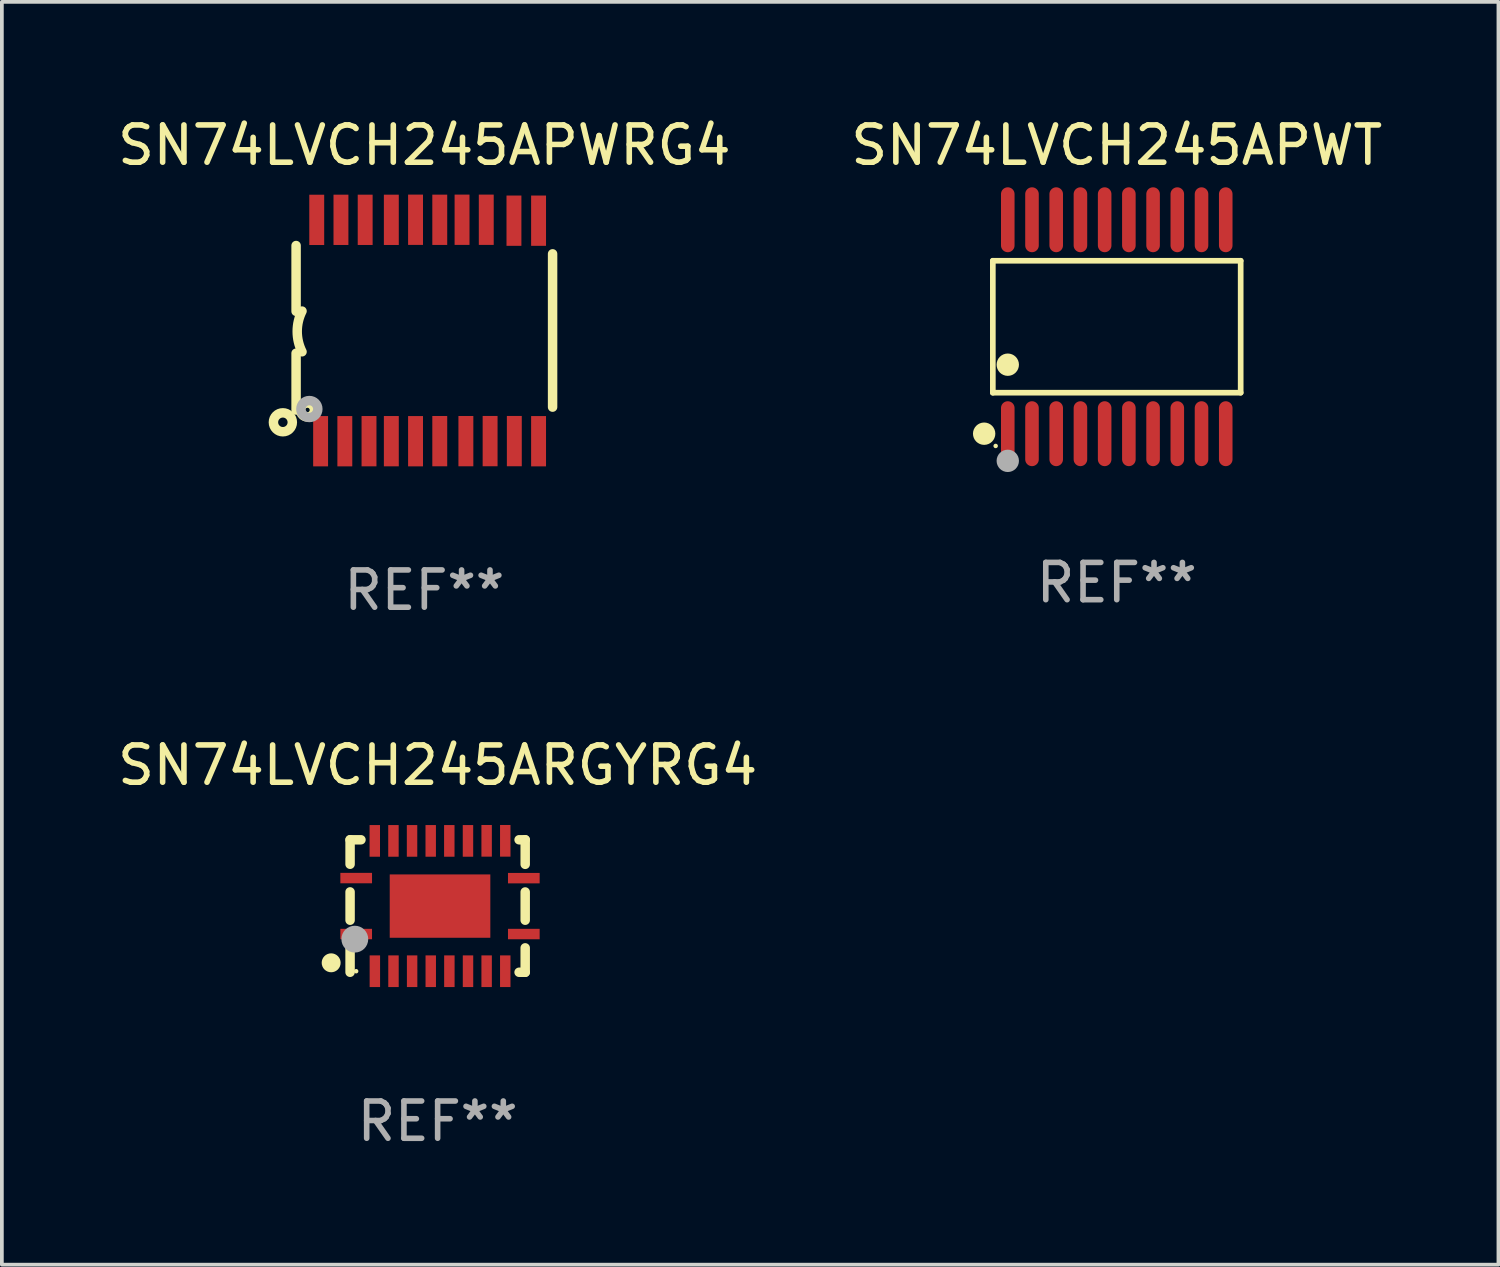
<source format=kicad_pcb>
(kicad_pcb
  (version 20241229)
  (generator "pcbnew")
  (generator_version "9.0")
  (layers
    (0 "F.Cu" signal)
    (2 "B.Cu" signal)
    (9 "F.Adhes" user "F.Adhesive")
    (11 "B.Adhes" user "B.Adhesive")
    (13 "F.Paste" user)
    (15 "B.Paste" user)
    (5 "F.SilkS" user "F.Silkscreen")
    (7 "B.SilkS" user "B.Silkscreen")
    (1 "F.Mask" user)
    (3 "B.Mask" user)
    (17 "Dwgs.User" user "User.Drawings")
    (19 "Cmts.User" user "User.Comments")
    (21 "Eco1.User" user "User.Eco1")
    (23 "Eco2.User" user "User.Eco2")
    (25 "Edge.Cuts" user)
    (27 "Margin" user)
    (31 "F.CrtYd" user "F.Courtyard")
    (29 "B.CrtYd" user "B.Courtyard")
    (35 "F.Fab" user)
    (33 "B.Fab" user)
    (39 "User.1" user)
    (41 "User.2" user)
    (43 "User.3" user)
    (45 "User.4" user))
  (footprint "SN74LVCH245APWT"
    (layer "F.Cu")
    (at 26.923 5.719)
    (property "Reference" "SN74LVCH245APWT" (at 0 -4.871 0) (layer "F.SilkS") (effects (font (size 1 1) (thickness 0.15))))
    (attr through_hole)
    (fp_line (start -3.326 -1.771) (end 3.326 -1.771) (stroke (width 0.152) (type solid)) (layer "F.SilkS"))
    (fp_line (start -3.326 1.771) (end -3.326 -1.771) (stroke (width 0.152) (type solid)) (layer "F.SilkS"))
    (fp_line (start 3.326 -1.771) (end 3.326 1.771) (stroke (width 0.152) (type solid)) (layer "F.SilkS"))
    (fp_line (start 3.326 1.771) (end -3.326 1.771) (stroke (width 0.152) (type solid)) (layer "F.SilkS"))
    (fp_circle (center -3.559 2.871) (end -3.409 2.871) (stroke (width 0.3) (type solid)) (fill no) (layer "F.SilkS"))
    (fp_circle (center -3.25 3.2) (end -3.22 3.2) (stroke (width 0.06) (type solid)) (fill no) (layer "F.SilkS"))
    (fp_circle (center -2.925 1.019) (end -2.775 1.019) (stroke (width 0.3) (type solid)) (fill no) (layer "F.SilkS"))
    (fp_circle (center -2.925 3.6) (end -2.775 3.6) (stroke (width 0.3) (type solid)) (fill no) (layer "F.Fab"))
    (fp_text user "REF**" (at 0 6.871 0) (layer "F.Fab") (effects (font (size 1 1) (thickness 0.15))))
    (pad "1" smd oval (at -2.925 2.871) (size 0.364 1.742) (layers "F.Cu" "F.Mask" "F.Paste"))
    (pad "2" smd oval (at -2.275 2.871) (size 0.364 1.742) (layers "F.Cu" "F.Mask" "F.Paste"))
    (pad "3" smd oval (at -1.625 2.871) (size 0.364 1.742) (layers "F.Cu" "F.Mask" "F.Paste"))
    (pad "4" smd oval (at -0.975 2.871) (size 0.364 1.742) (layers "F.Cu" "F.Mask" "F.Paste"))
    (pad "5" smd oval (at -0.325 2.871) (size 0.364 1.742) (layers "F.Cu" "F.Mask" "F.Paste"))
    (pad "6" smd oval (at 0.325 2.871) (size 0.364 1.742) (layers "F.Cu" "F.Mask" "F.Paste"))
    (pad "7" smd oval (at 0.975 2.871) (size 0.364 1.742) (layers "F.Cu" "F.Mask" "F.Paste"))
    (pad "8" smd oval (at 1.625 2.871) (size 0.364 1.742) (layers "F.Cu" "F.Mask" "F.Paste"))
    (pad "9" smd oval (at 2.275 2.871) (size 0.364 1.742) (layers "F.Cu" "F.Mask" "F.Paste"))
    (pad "10" smd oval (at 2.925 2.871) (size 0.364 1.742) (layers "F.Cu" "F.Mask" "F.Paste"))
    (pad "11" smd oval (at 2.925 -2.871) (size 0.364 1.742) (layers "F.Cu" "F.Mask" "F.Paste"))
    (pad "12" smd oval (at 2.275 -2.871) (size 0.364 1.742) (layers "F.Cu" "F.Mask" "F.Paste"))
    (pad "13" smd oval (at 1.625 -2.871) (size 0.364 1.742) (layers "F.Cu" "F.Mask" "F.Paste"))
    (pad "14" smd oval (at 0.975 -2.871) (size 0.364 1.742) (layers "F.Cu" "F.Mask" "F.Paste"))
    (pad "15" smd oval (at 0.325 -2.871) (size 0.364 1.742) (layers "F.Cu" "F.Mask" "F.Paste"))
    (pad "16" smd oval (at -0.325 -2.871) (size 0.364 1.742) (layers "F.Cu" "F.Mask" "F.Paste"))
    (pad "17" smd oval (at -0.975 -2.871) (size 0.364 1.742) (layers "F.Cu" "F.Mask" "F.Paste"))
    (pad "18" smd oval (at -1.625 -2.871) (size 0.364 1.742) (layers "F.Cu" "F.Mask" "F.Paste"))
    (pad "19" smd oval (at -2.275 -2.871) (size 0.364 1.742) (layers "F.Cu" "F.Mask" "F.Paste"))
    (pad "20" smd oval (at -2.925 -2.871) (size 0.364 1.742) (layers "F.Cu" "F.Mask" "F.Paste")))
  (footprint "SN74LVCH245ARGYRG4"
    (layer "F.Cu")
    (at 8.696 21.267)
    (property "Reference" "SN74LVCH245ARGYRG4" (at 0 -3.778 0) (layer "F.SilkS") (effects (font (size 1 1) (thickness 0.15))))
    (attr through_hole)
    (fp_line (start -2.35 -1.778) (end -2.35 -1.121) (stroke (width 0.254) (type solid)) (layer "F.SilkS"))
    (fp_line (start -2.35 -1.778) (end -2.058 -1.778) (stroke (width 0.254) (type solid)) (layer "F.SilkS"))
    (fp_line (start -2.35 -0.379) (end -2.35 0.381) (stroke (width 0.254) (type solid)) (layer "F.SilkS"))
    (fp_line (start -2.35 1.123) (end -2.35 1.778) (stroke (width 0.254) (type solid)) (layer "F.SilkS"))
    (fp_line (start 2.186 -1.778) (end 2.35 -1.778) (stroke (width 0.254) (type solid)) (layer "F.SilkS"))
    (fp_line (start 2.35 -1.778) (end 2.35 -1.119) (stroke (width 0.254) (type solid)) (layer "F.SilkS"))
    (fp_line (start 2.35 -0.377) (end 2.35 0.381) (stroke (width 0.254) (type solid)) (layer "F.SilkS"))
    (fp_line (start 2.35 1.123) (end 2.35 1.778) (stroke (width 0.254) (type solid)) (layer "F.SilkS"))
    (fp_line (start 2.35 1.778) (end 2.186 1.778) (stroke (width 0.254) (type solid)) (layer "F.SilkS"))
    (fp_circle (center -2.858 1.524) (end -2.731 1.524) (stroke (width 0.254) (type solid)) (fill no) (layer "F.SilkS"))
    (fp_circle (center -2.187 1.75) (end -2.157 1.75) (stroke (width 0.06) (type solid)) (fill no) (layer "F.SilkS"))
    (fp_circle (center -2.223 0.889) (end -2.043 0.889) (stroke (width 0.36) (type solid)) (fill no) (layer "F.Fab"))
    (fp_text user "REF**" (at 0 5.778 0) (layer "F.Fab") (effects (font (size 1 1) (thickness 0.15))))
    (pad "1" smd rect (at -2.186 0.752) (size 0.85 0.28) (layers "F.Cu" "F.Mask" "F.Paste"))
    (pad "2" smd rect (at -1.685 1.75) (size 0.28 0.85) (layers "F.Cu" "F.Mask" "F.Paste"))
    (pad "3" smd rect (at -1.185 1.75) (size 0.28 0.85) (layers "F.Cu" "F.Mask" "F.Paste"))
    (pad "4" smd rect (at -0.685 1.75) (size 0.28 0.85) (layers "F.Cu" "F.Mask" "F.Paste"))
    (pad "5" smd rect (at -0.185 1.75) (size 0.28 0.85) (layers "F.Cu" "F.Mask" "F.Paste"))
    (pad "6" smd rect (at 0.315 1.75) (size 0.28 0.85) (layers "F.Cu" "F.Mask" "F.Paste"))
    (pad "7" smd rect (at 0.815 1.75) (size 0.28 0.85) (layers "F.Cu" "F.Mask" "F.Paste"))
    (pad "8" smd rect (at 1.315 1.75) (size 0.28 0.85) (layers "F.Cu" "F.Mask" "F.Paste"))
    (pad "9" smd rect (at 1.815 1.75) (size 0.28 0.85) (layers "F.Cu" "F.Mask" "F.Paste"))
    (pad "10" smd rect (at 2.313 0.752) (size 0.85 0.28) (layers "F.Cu" "F.Mask" "F.Paste"))
    (pad "11" smd rect (at 2.313 -0.748) (size 0.85 0.28) (layers "F.Cu" "F.Mask" "F.Paste"))
    (pad "12" smd rect (at 1.815 -1.75) (size 0.28 0.85) (layers "F.Cu" "F.Mask" "F.Paste"))
    (pad "13" smd rect (at 1.315 -1.75) (size 0.28 0.85) (layers "F.Cu" "F.Mask" "F.Paste"))
    (pad "14" smd rect (at 0.814 -1.748) (size 0.28 0.85) (layers "F.Cu" "F.Mask" "F.Paste"))
    (pad "15" smd rect (at 0.313 -1.748) (size 0.28 0.85) (layers "F.Cu" "F.Mask" "F.Paste"))
    (pad "16" smd rect (at -0.186 -1.748) (size 0.28 0.85) (layers "F.Cu" "F.Mask" "F.Paste"))
    (pad "17" smd rect (at -0.687 -1.748) (size 0.28 0.85) (layers "F.Cu" "F.Mask" "F.Paste"))
    (pad "18" smd rect (at -1.186 -1.748) (size 0.28 0.85) (layers "F.Cu" "F.Mask" "F.Paste"))
    (pad "19" smd rect (at -1.687 -1.748) (size 0.28 0.85) (layers "F.Cu" "F.Mask" "F.Paste"))
    (pad "20" smd rect (at -2.186 -0.75) (size 0.85 0.28) (layers "F.Cu" "F.Mask" "F.Paste"))
    (pad "21" smd rect (at 0.064 0.002 90) (size 1.7 2.7) (layers "F.Cu" "F.Mask" "F.Paste")))
  (footprint "SN74LVCH245APWRG4"
    (layer "F.Cu")
    (at 8.339 5.82)
    (property "Reference" "SN74LVCH245APWRG4" (at 0 -4.972 0) (layer "F.SilkS") (effects (font (size 1 1) (thickness 0.15))))
    (attr through_hole)
    (fp_line (start -3.442 -0.514) (end -3.442 -2.28) (stroke (width 0.254) (type solid)) (layer "F.SilkS"))
    (fp_line (start -3.442 0.61) (end -3.442 2.134) (stroke (width 0.254) (type solid)) (layer "F.SilkS"))
    (fp_line (start 3.442 -2.057) (end 3.442 2.057) (stroke (width 0.254) (type solid)) (layer "F.SilkS"))
    (fp_arc (start -3.282957 0.571502) (mid -3.411874 0.0254) (end -3.282957 -0.520701) (stroke (width 0.254001) (type solid)) (layer "F.SilkS"))
    (fp_circle (center -3.797 2.464) (end -3.543 2.464) (stroke (width 0.254) (type solid)) (fill no) (layer "F.SilkS"))
    (fp_circle (center -3.137 2.134) (end -3.077 2.134) (stroke (width 0.254) (type solid)) (fill no) (layer "F.SilkS"))
    (fp_circle (center -3.086 2.108) (end -2.986 2.108) (stroke (width 0.254) (type solid)) (fill no) (layer "F.Fab"))
    (fp_text user "REF**" (at 0 6.972 0) (layer "F.Fab") (effects (font (size 1 1) (thickness 0.15))))
    (pad "1" smd rect (at -2.784 2.972 90) (size 1.35 0.4) (layers "F.Cu" "F.Mask" "F.Paste"))
    (pad "2" smd rect (at -2.134 2.972 270) (size 1.35 0.4) (layers "F.Cu" "F.Mask" "F.Paste"))
    (pad "3" smd rect (at -1.485 2.971 270) (size 1.35 0.4) (layers "F.Cu" "F.Mask" "F.Paste"))
    (pad "4" smd rect (at -0.886 2.971 270) (size 1.35 0.4) (layers "F.Cu" "F.Mask" "F.Paste"))
    (pad "5" smd rect (at -0.236 2.972 270) (size 1.35 0.4) (layers "F.Cu" "F.Mask" "F.Paste"))
    (pad "6" smd rect (at 0.414 2.97 270) (size 1.35 0.4) (layers "F.Cu" "F.Mask" "F.Paste"))
    (pad "7" smd rect (at 1.115 2.97 270) (size 1.35 0.4) (layers "F.Cu" "F.Mask" "F.Paste"))
    (pad "8" smd rect (at 1.765 2.969 270) (size 1.35 0.4) (layers "F.Cu" "F.Mask" "F.Paste"))
    (pad "9" smd rect (at 2.415 2.969 270) (size 1.35 0.4) (layers "F.Cu" "F.Mask" "F.Paste"))
    (pad "10" smd rect (at 3.066 2.972 270) (size 1.35 0.4) (layers "F.Cu" "F.Mask" "F.Paste"))
    (pad "11" smd rect (at 3.066 -2.947 270) (size 1.35 0.4) (layers "F.Cu" "F.Mask" "F.Paste"))
    (pad "12" smd rect (at 2.405 -2.947 270) (size 1.35 0.4) (layers "F.Cu" "F.Mask" "F.Paste"))
    (pad "13" smd rect (at 1.662 -2.972 90) (size 1.35 0.4) (layers "F.Cu" "F.Mask" "F.Paste"))
    (pad "14" smd rect (at 1.012 -2.972 90) (size 1.35 0.4) (layers "F.Cu" "F.Mask" "F.Paste"))
    (pad "15" smd rect (at 0.414 -2.971 90) (size 1.35 0.4) (layers "F.Cu" "F.Mask" "F.Paste"))
    (pad "16" smd rect (at -0.236 -2.972 90) (size 1.35 0.4) (layers "F.Cu" "F.Mask" "F.Paste"))
    (pad "17" smd rect (at -0.886 -2.97 90) (size 1.35 0.4) (layers "F.Cu" "F.Mask" "F.Paste"))
    (pad "18" smd rect (at -1.588 -2.97 90) (size 1.35 0.4) (layers "F.Cu" "F.Mask" "F.Paste"))
    (pad "19" smd rect (at -2.238 -2.97 90) (size 1.35 0.4) (layers "F.Cu" "F.Mask" "F.Paste"))
    (pad "20" smd rect (at -2.888 -2.969 90) (size 1.35 0.4) (layers "F.Cu" "F.Mask" "F.Paste")))
  (gr_rect
    (start -3 -3)
    (end 37.167 30.893)
    (stroke (width 0.1) (type default))
    (fill no)
    (layer "Edge.Cuts")))
</source>
